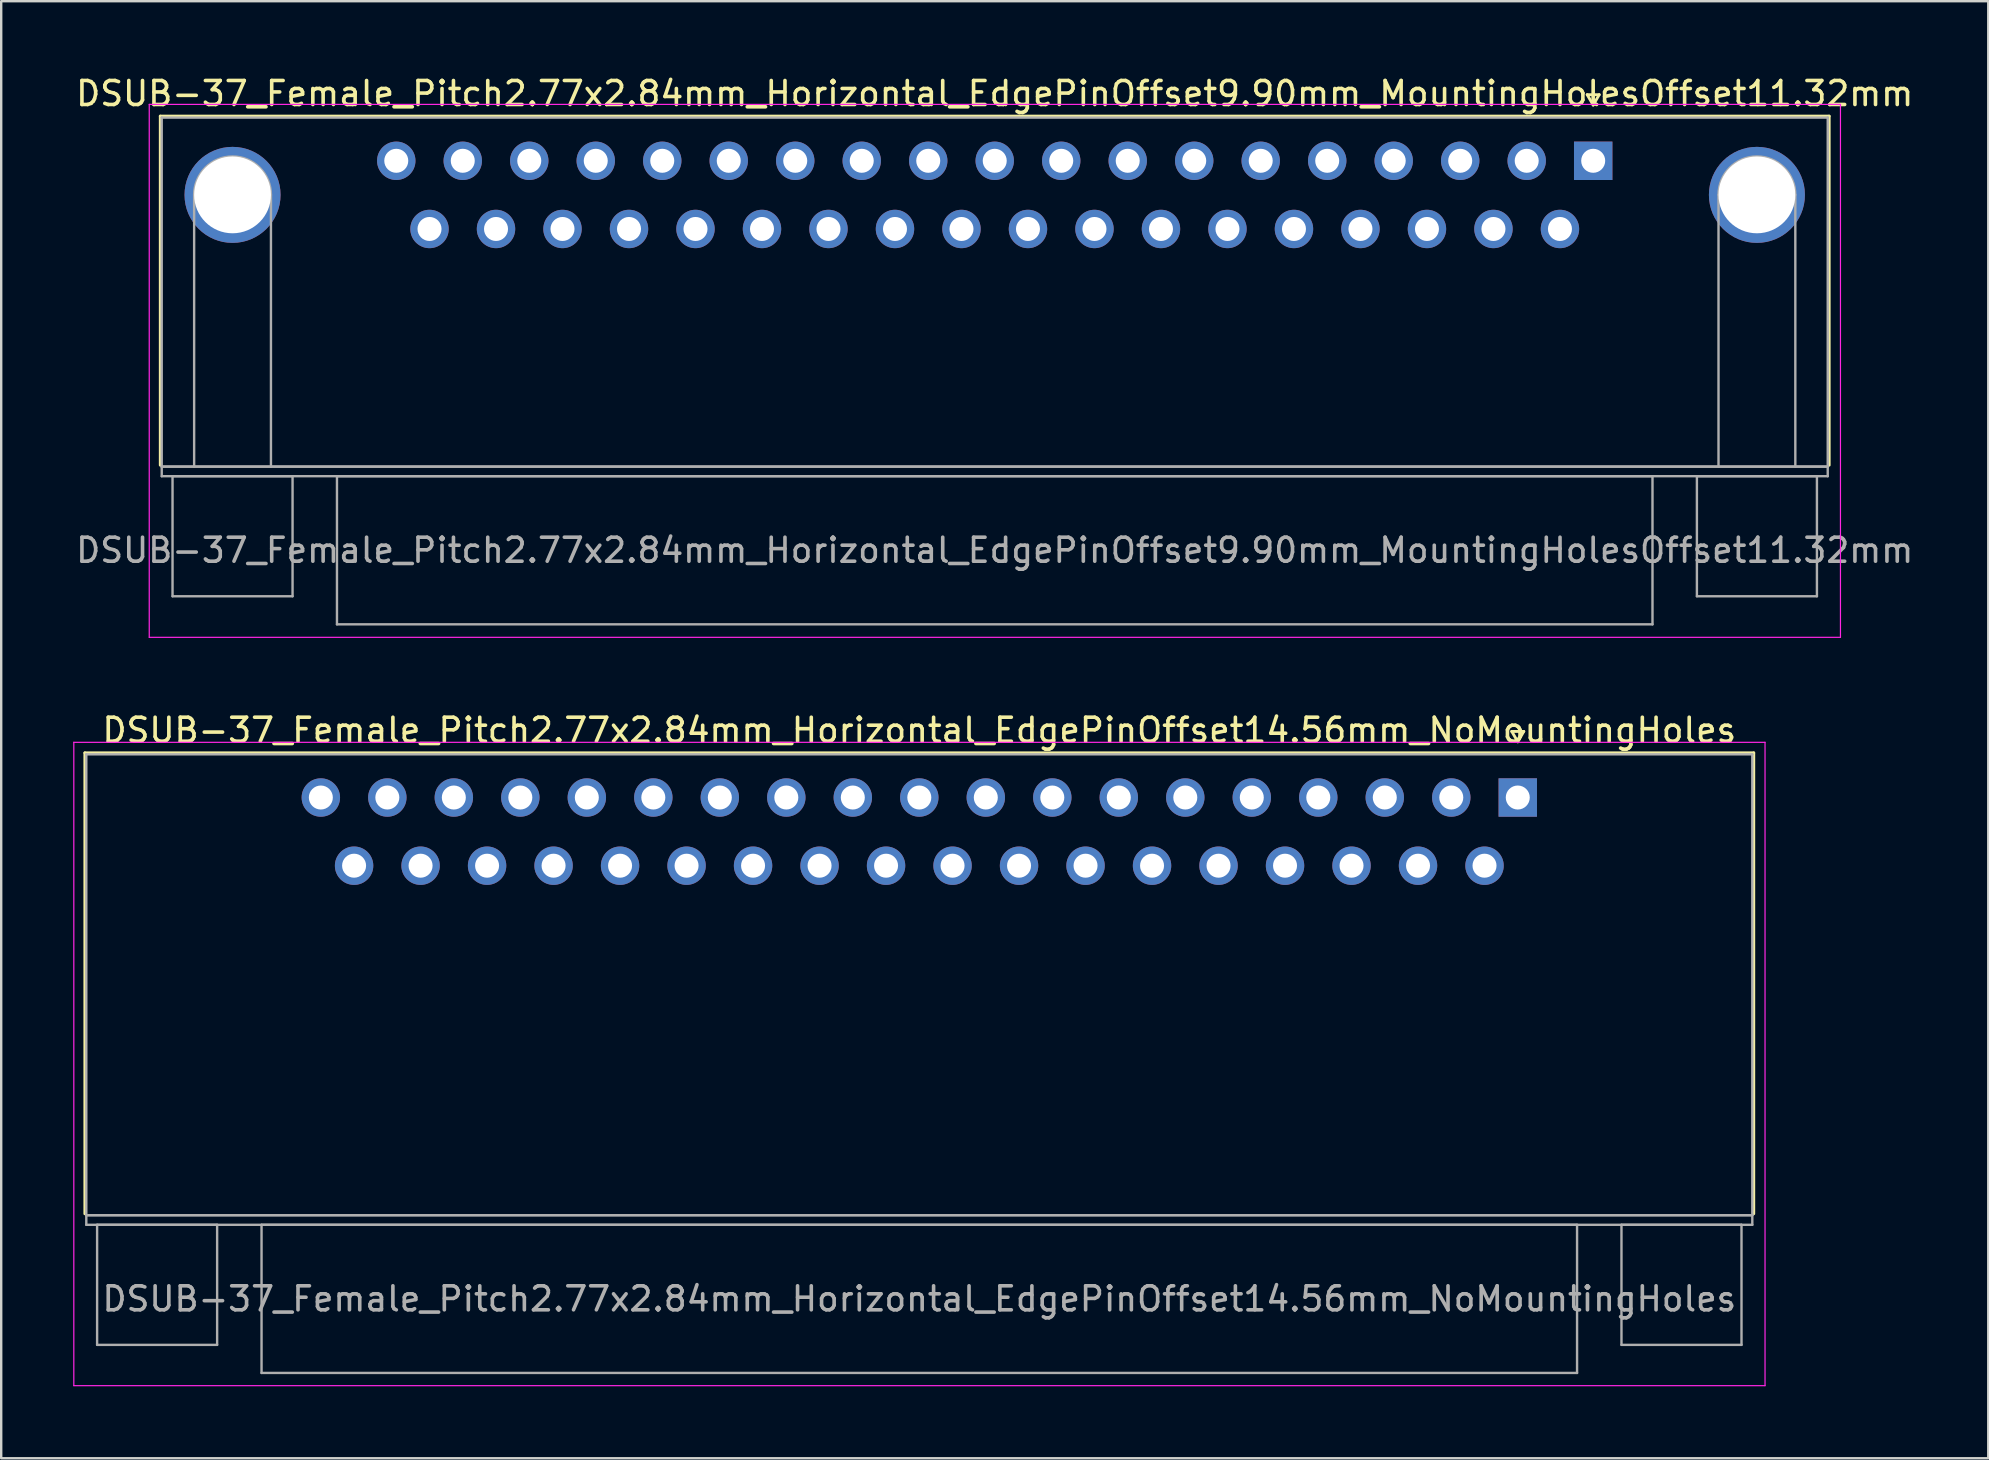
<source format=kicad_pcb>
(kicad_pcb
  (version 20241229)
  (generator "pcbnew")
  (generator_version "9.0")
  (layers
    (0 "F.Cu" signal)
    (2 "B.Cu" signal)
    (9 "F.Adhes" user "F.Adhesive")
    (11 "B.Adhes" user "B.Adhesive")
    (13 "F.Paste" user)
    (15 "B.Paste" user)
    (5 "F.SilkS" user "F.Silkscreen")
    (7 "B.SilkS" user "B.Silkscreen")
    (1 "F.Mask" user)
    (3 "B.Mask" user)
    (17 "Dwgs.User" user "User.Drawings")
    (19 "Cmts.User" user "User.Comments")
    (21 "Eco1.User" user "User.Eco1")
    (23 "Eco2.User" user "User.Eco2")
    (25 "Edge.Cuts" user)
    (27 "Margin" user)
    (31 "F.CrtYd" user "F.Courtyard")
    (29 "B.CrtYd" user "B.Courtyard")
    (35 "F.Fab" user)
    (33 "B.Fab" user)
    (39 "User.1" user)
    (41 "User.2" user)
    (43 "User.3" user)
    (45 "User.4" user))
  (footprint "DSUB-37_Female_Pitch2.77x2.84mm_Horizontal_EdgePinOffset14.56mm_NoMountingHoles"
    (layer "F.Cu")
    (at 60.175 30.172)
    (property "Reference" "DSUB-37_Female_Pitch2.77x2.84mm_Horizontal_EdgePinOffset14.56mm_NoMountingHoles" (at -24.93 -2.8 0) (layer "F.SilkS") (effects (font (size 1 1) (thickness 0.15))))
    (attr through_hole)
    (fp_line (start -59.69 -1.86) (end 9.83 -1.86) (stroke (width 0.12) (type solid)) (layer "F.SilkS"))
    (fp_line (start -59.69 17.34) (end -59.69 -1.86) (stroke (width 0.12) (type solid)) (layer "F.SilkS"))
    (fp_line (start -0.25 -2.754) (end 0.25 -2.754) (stroke (width 0.12) (type solid)) (layer "F.SilkS"))
    (fp_line (start 0 -2.321) (end -0.25 -2.754) (stroke (width 0.12) (type solid)) (layer "F.SilkS"))
    (fp_line (start 0.25 -2.754) (end 0 -2.321) (stroke (width 0.12) (type solid)) (layer "F.SilkS"))
    (fp_line (start 9.83 -1.86) (end 9.83 17.34) (stroke (width 0.12) (type solid)) (layer "F.SilkS"))
    (fp_line (start -60.15 -2.3) (end -60.15 24.5) (stroke (width 0.05) (type solid)) (layer "F.CrtYd"))
    (fp_line (start -60.15 24.5) (end 10.3 24.5) (stroke (width 0.05) (type solid)) (layer "F.CrtYd"))
    (fp_line (start 10.3 -2.3) (end -60.15 -2.3) (stroke (width 0.05) (type solid)) (layer "F.CrtYd"))
    (fp_line (start 10.3 24.5) (end 10.3 -2.3) (stroke (width 0.05) (type solid)) (layer "F.CrtYd"))
    (fp_line (start -59.63 -1.8) (end -59.63 17.4) (stroke (width 0.1) (type solid)) (layer "F.Fab"))
    (fp_line (start -59.63 17.4) (end -59.63 17.8) (stroke (width 0.1) (type solid)) (layer "F.Fab"))
    (fp_line (start -59.63 17.4) (end 9.77 17.4) (stroke (width 0.1) (type solid)) (layer "F.Fab"))
    (fp_line (start -59.63 17.8) (end 9.77 17.8) (stroke (width 0.1) (type solid)) (layer "F.Fab"))
    (fp_line (start -59.18 17.8) (end -59.18 22.8) (stroke (width 0.1) (type solid)) (layer "F.Fab"))
    (fp_line (start -59.18 22.8) (end -54.18 22.8) (stroke (width 0.1) (type solid)) (layer "F.Fab"))
    (fp_line (start -54.18 17.8) (end -59.18 17.8) (stroke (width 0.1) (type solid)) (layer "F.Fab"))
    (fp_line (start -54.18 22.8) (end -54.18 17.8) (stroke (width 0.1) (type solid)) (layer "F.Fab"))
    (fp_line (start -52.33 17.8) (end -52.33 23.97) (stroke (width 0.1) (type solid)) (layer "F.Fab"))
    (fp_line (start -52.33 23.97) (end 2.47 23.97) (stroke (width 0.1) (type solid)) (layer "F.Fab"))
    (fp_line (start 2.47 17.8) (end -52.33 17.8) (stroke (width 0.1) (type solid)) (layer "F.Fab"))
    (fp_line (start 2.47 23.97) (end 2.47 17.8) (stroke (width 0.1) (type solid)) (layer "F.Fab"))
    (fp_line (start 4.32 17.8) (end 4.32 22.8) (stroke (width 0.1) (type solid)) (layer "F.Fab"))
    (fp_line (start 4.32 22.8) (end 9.32 22.8) (stroke (width 0.1) (type solid)) (layer "F.Fab"))
    (fp_line (start 9.32 17.8) (end 4.32 17.8) (stroke (width 0.1) (type solid)) (layer "F.Fab"))
    (fp_line (start 9.32 22.8) (end 9.32 17.8) (stroke (width 0.1) (type solid)) (layer "F.Fab"))
    (fp_line (start 9.77 -1.8) (end -59.63 -1.8) (stroke (width 0.1) (type solid)) (layer "F.Fab"))
    (fp_line (start 9.77 17.4) (end -59.63 17.4) (stroke (width 0.1) (type solid)) (layer "F.Fab"))
    (fp_line (start 9.77 17.4) (end 9.77 -1.8) (stroke (width 0.1) (type solid)) (layer "F.Fab"))
    (fp_line (start 9.77 17.8) (end 9.77 17.4) (stroke (width 0.1) (type solid)) (layer "F.Fab"))
    (fp_text user "${REFERENCE}" (at -24.93 20.885 0) (layer "F.Fab") (effects (font (size 1 1) (thickness 0.15))))
    (pad "1" thru_hole rect (at 0 0) (size 1.6 1.6) (drill 1) (layers "*.Cu" "*.Mask"))
    (pad "2" thru_hole circle (at -2.77 0) (size 1.6 1.6) (drill 1) (layers "*.Cu" "*.Mask"))
    (pad "3" thru_hole circle (at -5.54 0) (size 1.6 1.6) (drill 1) (layers "*.Cu" "*.Mask"))
    (pad "4" thru_hole circle (at -8.31 0) (size 1.6 1.6) (drill 1) (layers "*.Cu" "*.Mask"))
    (pad "5" thru_hole circle (at -11.08 0) (size 1.6 1.6) (drill 1) (layers "*.Cu" "*.Mask"))
    (pad "6" thru_hole circle (at -13.85 0) (size 1.6 1.6) (drill 1) (layers "*.Cu" "*.Mask"))
    (pad "7" thru_hole circle (at -16.62 0) (size 1.6 1.6) (drill 1) (layers "*.Cu" "*.Mask"))
    (pad "8" thru_hole circle (at -19.39 0) (size 1.6 1.6) (drill 1) (layers "*.Cu" "*.Mask"))
    (pad "9" thru_hole circle (at -22.16 0) (size 1.6 1.6) (drill 1) (layers "*.Cu" "*.Mask"))
    (pad "10" thru_hole circle (at -24.93 0) (size 1.6 1.6) (drill 1) (layers "*.Cu" "*.Mask"))
    (pad "11" thru_hole circle (at -27.7 0) (size 1.6 1.6) (drill 1) (layers "*.Cu" "*.Mask"))
    (pad "12" thru_hole circle (at -30.47 0) (size 1.6 1.6) (drill 1) (layers "*.Cu" "*.Mask"))
    (pad "13" thru_hole circle (at -33.24 0) (size 1.6 1.6) (drill 1) (layers "*.Cu" "*.Mask"))
    (pad "14" thru_hole circle (at -36.01 0) (size 1.6 1.6) (drill 1) (layers "*.Cu" "*.Mask"))
    (pad "15" thru_hole circle (at -38.78 0) (size 1.6 1.6) (drill 1) (layers "*.Cu" "*.Mask"))
    (pad "16" thru_hole circle (at -41.55 0) (size 1.6 1.6) (drill 1) (layers "*.Cu" "*.Mask"))
    (pad "17" thru_hole circle (at -44.32 0) (size 1.6 1.6) (drill 1) (layers "*.Cu" "*.Mask"))
    (pad "18" thru_hole circle (at -47.09 0) (size 1.6 1.6) (drill 1) (layers "*.Cu" "*.Mask"))
    (pad "19" thru_hole circle (at -49.86 0) (size 1.6 1.6) (drill 1) (layers "*.Cu" "*.Mask"))
    (pad "20" thru_hole circle (at -1.385 2.84) (size 1.6 1.6) (drill 1) (layers "*.Cu" "*.Mask"))
    (pad "21" thru_hole circle (at -4.155 2.84) (size 1.6 1.6) (drill 1) (layers "*.Cu" "*.Mask"))
    (pad "22" thru_hole circle (at -6.925 2.84) (size 1.6 1.6) (drill 1) (layers "*.Cu" "*.Mask"))
    (pad "23" thru_hole circle (at -9.695 2.84) (size 1.6 1.6) (drill 1) (layers "*.Cu" "*.Mask"))
    (pad "24" thru_hole circle (at -12.465 2.84) (size 1.6 1.6) (drill 1) (layers "*.Cu" "*.Mask"))
    (pad "25" thru_hole circle (at -15.235 2.84) (size 1.6 1.6) (drill 1) (layers "*.Cu" "*.Mask"))
    (pad "26" thru_hole circle (at -18.005 2.84) (size 1.6 1.6) (drill 1) (layers "*.Cu" "*.Mask"))
    (pad "27" thru_hole circle (at -20.775 2.84) (size 1.6 1.6) (drill 1) (layers "*.Cu" "*.Mask"))
    (pad "28" thru_hole circle (at -23.545 2.84) (size 1.6 1.6) (drill 1) (layers "*.Cu" "*.Mask"))
    (pad "29" thru_hole circle (at -26.315 2.84) (size 1.6 1.6) (drill 1) (layers "*.Cu" "*.Mask"))
    (pad "30" thru_hole circle (at -29.085 2.84) (size 1.6 1.6) (drill 1) (layers "*.Cu" "*.Mask"))
    (pad "31" thru_hole circle (at -31.855 2.84) (size 1.6 1.6) (drill 1) (layers "*.Cu" "*.Mask"))
    (pad "32" thru_hole circle (at -34.625 2.84) (size 1.6 1.6) (drill 1) (layers "*.Cu" "*.Mask"))
    (pad "33" thru_hole circle (at -37.395 2.84) (size 1.6 1.6) (drill 1) (layers "*.Cu" "*.Mask"))
    (pad "34" thru_hole circle (at -40.165 2.84) (size 1.6 1.6) (drill 1) (layers "*.Cu" "*.Mask"))
    (pad "35" thru_hole circle (at -42.935 2.84) (size 1.6 1.6) (drill 1) (layers "*.Cu" "*.Mask"))
    (pad "36" thru_hole circle (at -45.705 2.84) (size 1.6 1.6) (drill 1) (layers "*.Cu" "*.Mask"))
    (pad "37" thru_hole circle (at -48.475 2.84) (size 1.6 1.6) (drill 1) (layers "*.Cu" "*.Mask")))
  (footprint "DSUB-37_Female_Pitch2.77x2.84mm_Horizontal_EdgePinOffset9.90mm_MountingHolesOffset11.32mm"
    (layer "F.Cu")
    (at 63.317 3.648)
    (property "Reference" "DSUB-37_Female_Pitch2.77x2.84mm_Horizontal_EdgePinOffset9.90mm_MountingHolesOffset11.32mm" (at -24.93 -2.8 0) (layer "F.SilkS") (effects (font (size 1 1) (thickness 0.15))))
    (attr through_hole)
    (fp_line (start -59.69 -1.86) (end 9.83 -1.86) (stroke (width 0.12) (type solid)) (layer "F.SilkS"))
    (fp_line (start -59.69 12.68) (end -59.69 -1.86) (stroke (width 0.12) (type solid)) (layer "F.SilkS"))
    (fp_line (start -0.25 -2.754) (end 0.25 -2.754) (stroke (width 0.12) (type solid)) (layer "F.SilkS"))
    (fp_line (start 0 -2.321) (end -0.25 -2.754) (stroke (width 0.12) (type solid)) (layer "F.SilkS"))
    (fp_line (start 0.25 -2.754) (end 0 -2.321) (stroke (width 0.12) (type solid)) (layer "F.SilkS"))
    (fp_line (start 9.83 -1.86) (end 9.83 12.68) (stroke (width 0.12) (type solid)) (layer "F.SilkS"))
    (fp_line (start -60.15 -2.35) (end -60.15 19.85) (stroke (width 0.05) (type solid)) (layer "F.CrtYd"))
    (fp_line (start -60.15 19.85) (end 10.3 19.85) (stroke (width 0.05) (type solid)) (layer "F.CrtYd"))
    (fp_line (start 10.3 -2.35) (end -60.15 -2.35) (stroke (width 0.05) (type solid)) (layer "F.CrtYd"))
    (fp_line (start 10.3 19.85) (end 10.3 -2.35) (stroke (width 0.05) (type solid)) (layer "F.CrtYd"))
    (fp_line (start -59.63 -1.8) (end -59.63 12.74) (stroke (width 0.1) (type solid)) (layer "F.Fab"))
    (fp_line (start -59.63 12.74) (end -59.63 13.14) (stroke (width 0.1) (type solid)) (layer "F.Fab"))
    (fp_line (start -59.63 12.74) (end 9.77 12.74) (stroke (width 0.1) (type solid)) (layer "F.Fab"))
    (fp_line (start -59.63 13.14) (end 9.77 13.14) (stroke (width 0.1) (type solid)) (layer "F.Fab"))
    (fp_line (start -59.18 13.14) (end -59.18 18.14) (stroke (width 0.1) (type solid)) (layer "F.Fab"))
    (fp_line (start -59.18 18.14) (end -54.18 18.14) (stroke (width 0.1) (type solid)) (layer "F.Fab"))
    (fp_line (start -58.28 12.74) (end -58.28 1.42) (stroke (width 0.1) (type solid)) (layer "F.Fab"))
    (fp_line (start -55.08 12.74) (end -55.08 1.42) (stroke (width 0.1) (type solid)) (layer "F.Fab"))
    (fp_line (start -54.18 13.14) (end -59.18 13.14) (stroke (width 0.1) (type solid)) (layer "F.Fab"))
    (fp_line (start -54.18 18.14) (end -54.18 13.14) (stroke (width 0.1) (type solid)) (layer "F.Fab"))
    (fp_line (start -52.33 13.14) (end -52.33 19.31) (stroke (width 0.1) (type solid)) (layer "F.Fab"))
    (fp_line (start -52.33 19.31) (end 2.47 19.31) (stroke (width 0.1) (type solid)) (layer "F.Fab"))
    (fp_line (start 2.47 13.14) (end -52.33 13.14) (stroke (width 0.1) (type solid)) (layer "F.Fab"))
    (fp_line (start 2.47 19.31) (end 2.47 13.14) (stroke (width 0.1) (type solid)) (layer "F.Fab"))
    (fp_line (start 4.32 13.14) (end 4.32 18.14) (stroke (width 0.1) (type solid)) (layer "F.Fab"))
    (fp_line (start 4.32 18.14) (end 9.32 18.14) (stroke (width 0.1) (type solid)) (layer "F.Fab"))
    (fp_line (start 5.22 12.74) (end 5.22 1.42) (stroke (width 0.1) (type solid)) (layer "F.Fab"))
    (fp_line (start 8.42 12.74) (end 8.42 1.42) (stroke (width 0.1) (type solid)) (layer "F.Fab"))
    (fp_line (start 9.32 13.14) (end 4.32 13.14) (stroke (width 0.1) (type solid)) (layer "F.Fab"))
    (fp_line (start 9.32 18.14) (end 9.32 13.14) (stroke (width 0.1) (type solid)) (layer "F.Fab"))
    (fp_line (start 9.77 -1.8) (end -59.63 -1.8) (stroke (width 0.1) (type solid)) (layer "F.Fab"))
    (fp_line (start 9.77 12.74) (end -59.63 12.74) (stroke (width 0.1) (type solid)) (layer "F.Fab"))
    (fp_line (start 9.77 12.74) (end 9.77 -1.8) (stroke (width 0.1) (type solid)) (layer "F.Fab"))
    (fp_line (start 9.77 13.14) (end 9.77 12.74) (stroke (width 0.1) (type solid)) (layer "F.Fab"))
    (fp_arc (start -58.28 1.42) (mid -56.68 -0.18) (end -55.08 1.42) (stroke (width 0.1) (type solid)) (layer "F.Fab"))
    (fp_arc (start 5.22 1.42) (mid 6.82 -0.18) (end 8.42 1.42) (stroke (width 0.1) (type solid)) (layer "F.Fab"))
    (fp_text user "${REFERENCE}" (at -24.93 16.225 0) (layer "F.Fab") (effects (font (size 1 1) (thickness 0.15))))
    (pad "0" thru_hole circle (at -56.68 1.42) (size 4 4) (drill 3.2) (layers "*.Cu" "*.Mask"))
    (pad "0" thru_hole circle (at 6.82 1.42) (size 4 4) (drill 3.2) (layers "*.Cu" "*.Mask"))
    (pad "1" thru_hole rect (at 0 0) (size 1.6 1.6) (drill 1) (layers "*.Cu" "*.Mask"))
    (pad "2" thru_hole circle (at -2.77 0) (size 1.6 1.6) (drill 1) (layers "*.Cu" "*.Mask"))
    (pad "3" thru_hole circle (at -5.54 0) (size 1.6 1.6) (drill 1) (layers "*.Cu" "*.Mask"))
    (pad "4" thru_hole circle (at -8.31 0) (size 1.6 1.6) (drill 1) (layers "*.Cu" "*.Mask"))
    (pad "5" thru_hole circle (at -11.08 0) (size 1.6 1.6) (drill 1) (layers "*.Cu" "*.Mask"))
    (pad "6" thru_hole circle (at -13.85 0) (size 1.6 1.6) (drill 1) (layers "*.Cu" "*.Mask"))
    (pad "7" thru_hole circle (at -16.62 0) (size 1.6 1.6) (drill 1) (layers "*.Cu" "*.Mask"))
    (pad "8" thru_hole circle (at -19.39 0) (size 1.6 1.6) (drill 1) (layers "*.Cu" "*.Mask"))
    (pad "9" thru_hole circle (at -22.16 0) (size 1.6 1.6) (drill 1) (layers "*.Cu" "*.Mask"))
    (pad "10" thru_hole circle (at -24.93 0) (size 1.6 1.6) (drill 1) (layers "*.Cu" "*.Mask"))
    (pad "11" thru_hole circle (at -27.7 0) (size 1.6 1.6) (drill 1) (layers "*.Cu" "*.Mask"))
    (pad "12" thru_hole circle (at -30.47 0) (size 1.6 1.6) (drill 1) (layers "*.Cu" "*.Mask"))
    (pad "13" thru_hole circle (at -33.24 0) (size 1.6 1.6) (drill 1) (layers "*.Cu" "*.Mask"))
    (pad "14" thru_hole circle (at -36.01 0) (size 1.6 1.6) (drill 1) (layers "*.Cu" "*.Mask"))
    (pad "15" thru_hole circle (at -38.78 0) (size 1.6 1.6) (drill 1) (layers "*.Cu" "*.Mask"))
    (pad "16" thru_hole circle (at -41.55 0) (size 1.6 1.6) (drill 1) (layers "*.Cu" "*.Mask"))
    (pad "17" thru_hole circle (at -44.32 0) (size 1.6 1.6) (drill 1) (layers "*.Cu" "*.Mask"))
    (pad "18" thru_hole circle (at -47.09 0) (size 1.6 1.6) (drill 1) (layers "*.Cu" "*.Mask"))
    (pad "19" thru_hole circle (at -49.86 0) (size 1.6 1.6) (drill 1) (layers "*.Cu" "*.Mask"))
    (pad "20" thru_hole circle (at -1.385 2.84) (size 1.6 1.6) (drill 1) (layers "*.Cu" "*.Mask"))
    (pad "21" thru_hole circle (at -4.155 2.84) (size 1.6 1.6) (drill 1) (layers "*.Cu" "*.Mask"))
    (pad "22" thru_hole circle (at -6.925 2.84) (size 1.6 1.6) (drill 1) (layers "*.Cu" "*.Mask"))
    (pad "23" thru_hole circle (at -9.695 2.84) (size 1.6 1.6) (drill 1) (layers "*.Cu" "*.Mask"))
    (pad "24" thru_hole circle (at -12.465 2.84) (size 1.6 1.6) (drill 1) (layers "*.Cu" "*.Mask"))
    (pad "25" thru_hole circle (at -15.235 2.84) (size 1.6 1.6) (drill 1) (layers "*.Cu" "*.Mask"))
    (pad "26" thru_hole circle (at -18.005 2.84) (size 1.6 1.6) (drill 1) (layers "*.Cu" "*.Mask"))
    (pad "27" thru_hole circle (at -20.775 2.84) (size 1.6 1.6) (drill 1) (layers "*.Cu" "*.Mask"))
    (pad "28" thru_hole circle (at -23.545 2.84) (size 1.6 1.6) (drill 1) (layers "*.Cu" "*.Mask"))
    (pad "29" thru_hole circle (at -26.315 2.84) (size 1.6 1.6) (drill 1) (layers "*.Cu" "*.Mask"))
    (pad "30" thru_hole circle (at -29.085 2.84) (size 1.6 1.6) (drill 1) (layers "*.Cu" "*.Mask"))
    (pad "31" thru_hole circle (at -31.855 2.84) (size 1.6 1.6) (drill 1) (layers "*.Cu" "*.Mask"))
    (pad "32" thru_hole circle (at -34.625 2.84) (size 1.6 1.6) (drill 1) (layers "*.Cu" "*.Mask"))
    (pad "33" thru_hole circle (at -37.395 2.84) (size 1.6 1.6) (drill 1) (layers "*.Cu" "*.Mask"))
    (pad "34" thru_hole circle (at -40.165 2.84) (size 1.6 1.6) (drill 1) (layers "*.Cu" "*.Mask"))
    (pad "35" thru_hole circle (at -42.935 2.84) (size 1.6 1.6) (drill 1) (layers "*.Cu" "*.Mask"))
    (pad "36" thru_hole circle (at -45.705 2.84) (size 1.6 1.6) (drill 1) (layers "*.Cu" "*.Mask"))
    (pad "37" thru_hole circle (at -48.475 2.84) (size 1.6 1.6) (drill 1) (layers "*.Cu" "*.Mask")))
  (gr_rect
    (start -3 -3)
    (end 79.774 57.697)
    (stroke (width 0.1) (type default))
    (fill no)
    (layer "Edge.Cuts")))
</source>
